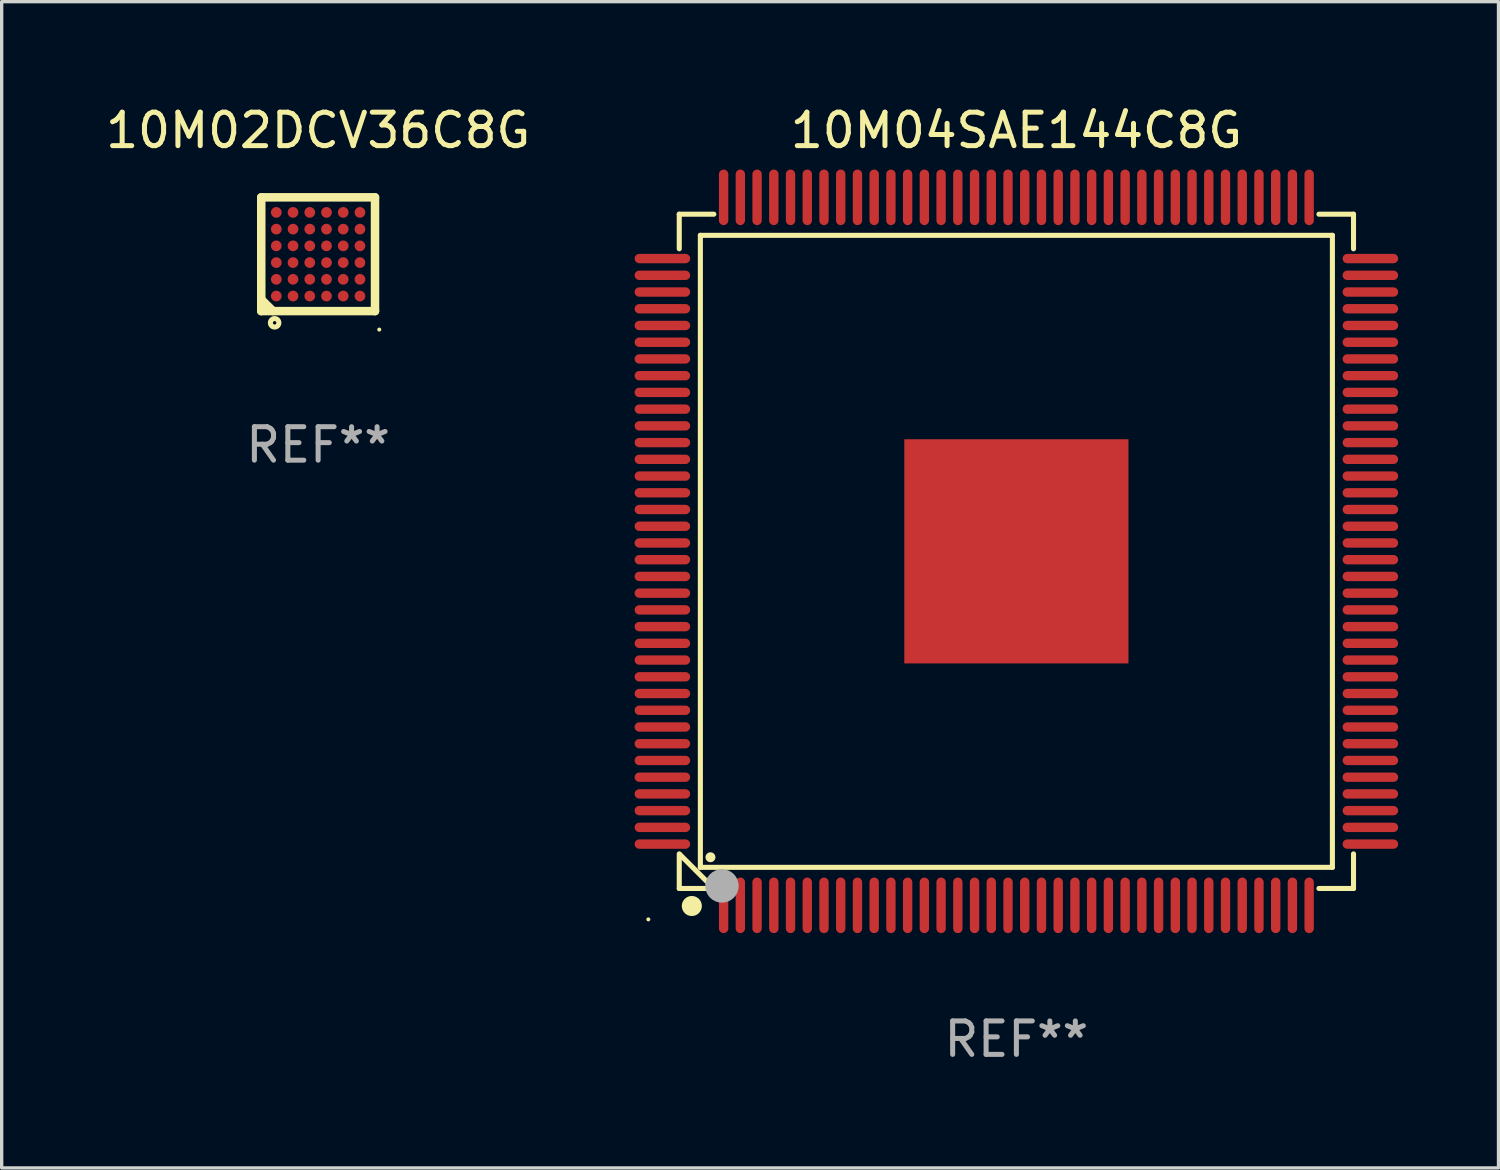
<source format=kicad_pcb>
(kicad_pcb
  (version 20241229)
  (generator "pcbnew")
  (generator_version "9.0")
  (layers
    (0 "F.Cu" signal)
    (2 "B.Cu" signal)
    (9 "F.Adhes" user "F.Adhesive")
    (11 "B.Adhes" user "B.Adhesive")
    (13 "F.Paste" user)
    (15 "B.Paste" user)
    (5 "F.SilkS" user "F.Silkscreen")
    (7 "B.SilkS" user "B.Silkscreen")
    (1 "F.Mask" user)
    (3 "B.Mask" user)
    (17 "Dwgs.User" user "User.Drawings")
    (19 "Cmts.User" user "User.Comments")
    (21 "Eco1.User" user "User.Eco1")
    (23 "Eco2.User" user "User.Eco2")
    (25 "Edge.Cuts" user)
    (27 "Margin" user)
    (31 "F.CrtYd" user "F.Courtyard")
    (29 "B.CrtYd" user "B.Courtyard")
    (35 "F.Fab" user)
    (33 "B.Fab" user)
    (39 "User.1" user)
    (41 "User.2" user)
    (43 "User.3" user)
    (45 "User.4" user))
  (footprint "10M04SAE144C8G"
    (layer "F.Cu")
    (at 27.327 13.428)
    (property "Reference" "10M04SAE144C8G" (at 0 -12.58 0) (layer "F.SilkS") (effects (font (size 1 1) (thickness 0.15))))
    (attr through_hole)
    (fp_line (start -10.076 -10.076) (end -10.076 -9.042) (stroke (width 0.152) (type solid)) (layer "F.SilkS"))
    (fp_line (start -10.076 10.076) (end -10.076 9.042) (stroke (width 0.152) (type solid)) (layer "F.SilkS"))
    (fp_line (start -10.049 9.069) (end -9.07 10.049) (stroke (width 0.152) (type solid)) (layer "F.SilkS"))
    (fp_line (start -9.445 -9.445) (end 9.445 -9.445) (stroke (width 0.152) (type solid)) (layer "F.SilkS"))
    (fp_line (start -9.445 9.445) (end -9.445 -9.445) (stroke (width 0.152) (type solid)) (layer "F.SilkS"))
    (fp_line (start -9.042 -10.076) (end -10.076 -10.076) (stroke (width 0.152) (type solid)) (layer "F.SilkS"))
    (fp_line (start -9.042 10.076) (end -10.076 10.076) (stroke (width 0.152) (type solid)) (layer "F.SilkS"))
    (fp_line (start 9.042 -10.076) (end 10.076 -10.076) (stroke (width 0.152) (type solid)) (layer "F.SilkS"))
    (fp_line (start 9.042 10.076) (end 10.076 10.076) (stroke (width 0.152) (type solid)) (layer "F.SilkS"))
    (fp_line (start 9.445 -9.445) (end 9.445 9.445) (stroke (width 0.152) (type solid)) (layer "F.SilkS"))
    (fp_line (start 9.445 9.445) (end -9.445 9.445) (stroke (width 0.152) (type solid)) (layer "F.SilkS"))
    (fp_line (start 10.076 -10.076) (end 10.076 -9.042) (stroke (width 0.152) (type solid)) (layer "F.SilkS"))
    (fp_line (start 10.076 10.076) (end 10.076 9.042) (stroke (width 0.152) (type solid)) (layer "F.SilkS"))
    (fp_circle (center -11 11) (end -10.97 11) (stroke (width 0.06) (type solid)) (fill no) (layer "F.SilkS"))
    (fp_circle (center -9.7 10.6) (end -9.55 10.6) (stroke (width 0.3) (type solid)) (fill no) (layer "F.SilkS"))
    (fp_circle (center -9.143 9.143) (end -9.068 9.143) (stroke (width 0.15) (type solid)) (fill no) (layer "F.SilkS"))
    (fp_circle (center -8.8 10) (end -8.55 10) (stroke (width 0.5) (type solid)) (fill no) (layer "F.Fab"))
    (fp_text user "REF**" (at 0 14.58 0) (layer "F.Fab") (effects (font (size 1 1) (thickness 0.15))))
    (pad "1" smd oval (at -8.75 10.58 90) (size 1.66 0.28) (layers "F.Cu" "F.Mask" "F.Paste"))
    (pad "2" smd oval (at -8.25 10.58 90) (size 1.66 0.28) (layers "F.Cu" "F.Mask" "F.Paste"))
    (pad "3" smd oval (at -7.75 10.58 90) (size 1.66 0.28) (layers "F.Cu" "F.Mask" "F.Paste"))
    (pad "4" smd oval (at -7.25 10.58 90) (size 1.66 0.28) (layers "F.Cu" "F.Mask" "F.Paste"))
    (pad "5" smd oval (at -6.75 10.58 90) (size 1.66 0.28) (layers "F.Cu" "F.Mask" "F.Paste"))
    (pad "6" smd oval (at -6.25 10.58 90) (size 1.66 0.28) (layers "F.Cu" "F.Mask" "F.Paste"))
    (pad "7" smd oval (at -5.75 10.58 90) (size 1.66 0.28) (layers "F.Cu" "F.Mask" "F.Paste"))
    (pad "8" smd oval (at -5.25 10.58 90) (size 1.66 0.28) (layers "F.Cu" "F.Mask" "F.Paste"))
    (pad "9" smd oval (at -4.75 10.58 90) (size 1.66 0.28) (layers "F.Cu" "F.Mask" "F.Paste"))
    (pad "10" smd oval (at -4.25 10.58 90) (size 1.66 0.28) (layers "F.Cu" "F.Mask" "F.Paste"))
    (pad "11" smd oval (at -3.75 10.58 90) (size 1.66 0.28) (layers "F.Cu" "F.Mask" "F.Paste"))
    (pad "12" smd oval (at -3.25 10.58 90) (size 1.66 0.28) (layers "F.Cu" "F.Mask" "F.Paste"))
    (pad "13" smd oval (at -2.75 10.58 90) (size 1.66 0.28) (layers "F.Cu" "F.Mask" "F.Paste"))
    (pad "14" smd oval (at -2.25 10.58 90) (size 1.66 0.28) (layers "F.Cu" "F.Mask" "F.Paste"))
    (pad "15" smd oval (at -1.75 10.58 90) (size 1.66 0.28) (layers "F.Cu" "F.Mask" "F.Paste"))
    (pad "16" smd oval (at -1.25 10.58 90) (size 1.66 0.28) (layers "F.Cu" "F.Mask" "F.Paste"))
    (pad "17" smd oval (at -0.75 10.58 90) (size 1.66 0.28) (layers "F.Cu" "F.Mask" "F.Paste"))
    (pad "18" smd oval (at -0.25 10.58 90) (size 1.66 0.28) (layers "F.Cu" "F.Mask" "F.Paste"))
    (pad "19" smd oval (at 0.25 10.58 90) (size 1.66 0.28) (layers "F.Cu" "F.Mask" "F.Paste"))
    (pad "20" smd oval (at 0.75 10.58 90) (size 1.66 0.28) (layers "F.Cu" "F.Mask" "F.Paste"))
    (pad "21" smd oval (at 1.25 10.58 90) (size 1.66 0.28) (layers "F.Cu" "F.Mask" "F.Paste"))
    (pad "22" smd oval (at 1.75 10.58 90) (size 1.66 0.28) (layers "F.Cu" "F.Mask" "F.Paste"))
    (pad "23" smd oval (at 2.25 10.58 90) (size 1.66 0.28) (layers "F.Cu" "F.Mask" "F.Paste"))
    (pad "24" smd oval (at 2.75 10.58 90) (size 1.66 0.28) (layers "F.Cu" "F.Mask" "F.Paste"))
    (pad "25" smd oval (at 3.25 10.58 90) (size 1.66 0.28) (layers "F.Cu" "F.Mask" "F.Paste"))
    (pad "26" smd oval (at 3.75 10.58 90) (size 1.66 0.28) (layers "F.Cu" "F.Mask" "F.Paste"))
    (pad "27" smd oval (at 4.25 10.58 90) (size 1.66 0.28) (layers "F.Cu" "F.Mask" "F.Paste"))
    (pad "28" smd oval (at 4.75 10.58 90) (size 1.66 0.28) (layers "F.Cu" "F.Mask" "F.Paste"))
    (pad "29" smd oval (at 5.25 10.58 90) (size 1.66 0.28) (layers "F.Cu" "F.Mask" "F.Paste"))
    (pad "30" smd oval (at 5.75 10.58 90) (size 1.66 0.28) (layers "F.Cu" "F.Mask" "F.Paste"))
    (pad "31" smd oval (at 6.25 10.58 90) (size 1.66 0.28) (layers "F.Cu" "F.Mask" "F.Paste"))
    (pad "32" smd oval (at 6.75 10.58 90) (size 1.66 0.28) (layers "F.Cu" "F.Mask" "F.Paste"))
    (pad "33" smd oval (at 7.25 10.58 90) (size 1.66 0.28) (layers "F.Cu" "F.Mask" "F.Paste"))
    (pad "34" smd oval (at 7.75 10.58 90) (size 1.66 0.28) (layers "F.Cu" "F.Mask" "F.Paste"))
    (pad "35" smd oval (at 8.25 10.58 90) (size 1.66 0.28) (layers "F.Cu" "F.Mask" "F.Paste"))
    (pad "36" smd oval (at 8.75 10.58 90) (size 1.66 0.28) (layers "F.Cu" "F.Mask" "F.Paste"))
    (pad "37" smd oval (at 10.58 8.75 90) (size 0.28 1.66) (layers "F.Cu" "F.Mask" "F.Paste"))
    (pad "38" smd oval (at 10.58 8.25 90) (size 0.28 1.66) (layers "F.Cu" "F.Mask" "F.Paste"))
    (pad "39" smd oval (at 10.58 7.75 90) (size 0.28 1.66) (layers "F.Cu" "F.Mask" "F.Paste"))
    (pad "40" smd oval (at 10.58 7.25 90) (size 0.28 1.66) (layers "F.Cu" "F.Mask" "F.Paste"))
    (pad "41" smd oval (at 10.58 6.75 90) (size 0.28 1.66) (layers "F.Cu" "F.Mask" "F.Paste"))
    (pad "42" smd oval (at 10.58 6.25 90) (size 0.28 1.66) (layers "F.Cu" "F.Mask" "F.Paste"))
    (pad "43" smd oval (at 10.58 5.75 90) (size 0.28 1.66) (layers "F.Cu" "F.Mask" "F.Paste"))
    (pad "44" smd oval (at 10.58 5.25 90) (size 0.28 1.66) (layers "F.Cu" "F.Mask" "F.Paste"))
    (pad "45" smd oval (at 10.58 4.75 90) (size 0.28 1.66) (layers "F.Cu" "F.Mask" "F.Paste"))
    (pad "46" smd oval (at 10.58 4.25 90) (size 0.28 1.66) (layers "F.Cu" "F.Mask" "F.Paste"))
    (pad "47" smd oval (at 10.58 3.75 90) (size 0.28 1.66) (layers "F.Cu" "F.Mask" "F.Paste"))
    (pad "48" smd oval (at 10.58 3.25 90) (size 0.28 1.66) (layers "F.Cu" "F.Mask" "F.Paste"))
    (pad "49" smd oval (at 10.58 2.75 90) (size 0.28 1.66) (layers "F.Cu" "F.Mask" "F.Paste"))
    (pad "50" smd oval (at 10.58 2.25 90) (size 0.28 1.66) (layers "F.Cu" "F.Mask" "F.Paste"))
    (pad "51" smd oval (at 10.58 1.75 90) (size 0.28 1.66) (layers "F.Cu" "F.Mask" "F.Paste"))
    (pad "52" smd oval (at 10.58 1.25 90) (size 0.28 1.66) (layers "F.Cu" "F.Mask" "F.Paste"))
    (pad "53" smd oval (at 10.58 0.75 90) (size 0.28 1.66) (layers "F.Cu" "F.Mask" "F.Paste"))
    (pad "54" smd oval (at 10.58 0.25 90) (size 0.28 1.66) (layers "F.Cu" "F.Mask" "F.Paste"))
    (pad "55" smd oval (at 10.58 -0.25 90) (size 0.28 1.66) (layers "F.Cu" "F.Mask" "F.Paste"))
    (pad "56" smd oval (at 10.58 -0.75 90) (size 0.28 1.66) (layers "F.Cu" "F.Mask" "F.Paste"))
    (pad "57" smd oval (at 10.58 -1.25 90) (size 0.28 1.66) (layers "F.Cu" "F.Mask" "F.Paste"))
    (pad "58" smd oval (at 10.58 -1.75 90) (size 0.28 1.66) (layers "F.Cu" "F.Mask" "F.Paste"))
    (pad "59" smd oval (at 10.58 -2.25 90) (size 0.28 1.66) (layers "F.Cu" "F.Mask" "F.Paste"))
    (pad "60" smd oval (at 10.58 -2.75 90) (size 0.28 1.66) (layers "F.Cu" "F.Mask" "F.Paste"))
    (pad "61" smd oval (at 10.58 -3.25 90) (size 0.28 1.66) (layers "F.Cu" "F.Mask" "F.Paste"))
    (pad "62" smd oval (at 10.58 -3.75 90) (size 0.28 1.66) (layers "F.Cu" "F.Mask" "F.Paste"))
    (pad "63" smd oval (at 10.58 -4.25 90) (size 0.28 1.66) (layers "F.Cu" "F.Mask" "F.Paste"))
    (pad "64" smd oval (at 10.58 -4.75 90) (size 0.28 1.66) (layers "F.Cu" "F.Mask" "F.Paste"))
    (pad "65" smd oval (at 10.58 -5.25 90) (size 0.28 1.66) (layers "F.Cu" "F.Mask" "F.Paste"))
    (pad "66" smd oval (at 10.58 -5.75 90) (size 0.28 1.66) (layers "F.Cu" "F.Mask" "F.Paste"))
    (pad "67" smd oval (at 10.58 -6.25 90) (size 0.28 1.66) (layers "F.Cu" "F.Mask" "F.Paste"))
    (pad "68" smd oval (at 10.58 -6.75 90) (size 0.28 1.66) (layers "F.Cu" "F.Mask" "F.Paste"))
    (pad "69" smd oval (at 10.58 -7.25 90) (size 0.28 1.66) (layers "F.Cu" "F.Mask" "F.Paste"))
    (pad "70" smd oval (at 10.58 -7.75 90) (size 0.28 1.66) (layers "F.Cu" "F.Mask" "F.Paste"))
    (pad "71" smd oval (at 10.58 -8.25 90) (size 0.28 1.66) (layers "F.Cu" "F.Mask" "F.Paste"))
    (pad "72" smd oval (at 10.58 -8.75 90) (size 0.28 1.66) (layers "F.Cu" "F.Mask" "F.Paste"))
    (pad "73" smd oval (at 8.75 -10.58 90) (size 1.66 0.28) (layers "F.Cu" "F.Mask" "F.Paste"))
    (pad "74" smd oval (at 8.25 -10.58 90) (size 1.66 0.28) (layers "F.Cu" "F.Mask" "F.Paste"))
    (pad "75" smd oval (at 7.75 -10.58 90) (size 1.66 0.28) (layers "F.Cu" "F.Mask" "F.Paste"))
    (pad "76" smd oval (at 7.25 -10.58 90) (size 1.66 0.28) (layers "F.Cu" "F.Mask" "F.Paste"))
    (pad "77" smd oval (at 6.75 -10.58 90) (size 1.66 0.28) (layers "F.Cu" "F.Mask" "F.Paste"))
    (pad "78" smd oval (at 6.25 -10.58 90) (size 1.66 0.28) (layers "F.Cu" "F.Mask" "F.Paste"))
    (pad "79" smd oval (at 5.75 -10.58 90) (size 1.66 0.28) (layers "F.Cu" "F.Mask" "F.Paste"))
    (pad "80" smd oval (at 5.25 -10.58 90) (size 1.66 0.28) (layers "F.Cu" "F.Mask" "F.Paste"))
    (pad "81" smd oval (at 4.75 -10.58 90) (size 1.66 0.28) (layers "F.Cu" "F.Mask" "F.Paste"))
    (pad "82" smd oval (at 4.25 -10.58 90) (size 1.66 0.28) (layers "F.Cu" "F.Mask" "F.Paste"))
    (pad "83" smd oval (at 3.75 -10.58 90) (size 1.66 0.28) (layers "F.Cu" "F.Mask" "F.Paste"))
    (pad "84" smd oval (at 3.25 -10.58 90) (size 1.66 0.28) (layers "F.Cu" "F.Mask" "F.Paste"))
    (pad "85" smd oval (at 2.75 -10.58 90) (size 1.66 0.28) (layers "F.Cu" "F.Mask" "F.Paste"))
    (pad "86" smd oval (at 2.25 -10.58 90) (size 1.66 0.28) (layers "F.Cu" "F.Mask" "F.Paste"))
    (pad "87" smd oval (at 1.75 -10.58 90) (size 1.66 0.28) (layers "F.Cu" "F.Mask" "F.Paste"))
    (pad "88" smd oval (at 1.25 -10.58 90) (size 1.66 0.28) (layers "F.Cu" "F.Mask" "F.Paste"))
    (pad "89" smd oval (at 0.75 -10.58 90) (size 1.66 0.28) (layers "F.Cu" "F.Mask" "F.Paste"))
    (pad "90" smd oval (at 0.25 -10.58 90) (size 1.66 0.28) (layers "F.Cu" "F.Mask" "F.Paste"))
    (pad "91" smd oval (at -0.25 -10.58 90) (size 1.66 0.28) (layers "F.Cu" "F.Mask" "F.Paste"))
    (pad "92" smd oval (at -0.75 -10.58 90) (size 1.66 0.28) (layers "F.Cu" "F.Mask" "F.Paste"))
    (pad "93" smd oval (at -1.25 -10.58 90) (size 1.66 0.28) (layers "F.Cu" "F.Mask" "F.Paste"))
    (pad "94" smd oval (at -1.75 -10.58 90) (size 1.66 0.28) (layers "F.Cu" "F.Mask" "F.Paste"))
    (pad "95" smd oval (at -2.25 -10.58 90) (size 1.66 0.28) (layers "F.Cu" "F.Mask" "F.Paste"))
    (pad "96" smd oval (at -2.75 -10.58 90) (size 1.66 0.28) (layers "F.Cu" "F.Mask" "F.Paste"))
    (pad "97" smd oval (at -3.25 -10.58 90) (size 1.66 0.28) (layers "F.Cu" "F.Mask" "F.Paste"))
    (pad "98" smd oval (at -3.75 -10.58 90) (size 1.66 0.28) (layers "F.Cu" "F.Mask" "F.Paste"))
    (pad "99" smd oval (at -4.25 -10.58 90) (size 1.66 0.28) (layers "F.Cu" "F.Mask" "F.Paste"))
    (pad "100" smd oval (at -4.75 -10.58 90) (size 1.66 0.28) (layers "F.Cu" "F.Mask" "F.Paste"))
    (pad "101" smd oval (at -5.25 -10.58 90) (size 1.66 0.28) (layers "F.Cu" "F.Mask" "F.Paste"))
    (pad "102" smd oval (at -5.75 -10.58 90) (size 1.66 0.28) (layers "F.Cu" "F.Mask" "F.Paste"))
    (pad "103" smd oval (at -6.25 -10.58 90) (size 1.66 0.28) (layers "F.Cu" "F.Mask" "F.Paste"))
    (pad "104" smd oval (at -6.75 -10.58 90) (size 1.66 0.28) (layers "F.Cu" "F.Mask" "F.Paste"))
    (pad "105" smd oval (at -7.25 -10.58 90) (size 1.66 0.28) (layers "F.Cu" "F.Mask" "F.Paste"))
    (pad "106" smd oval (at -7.75 -10.58 90) (size 1.66 0.28) (layers "F.Cu" "F.Mask" "F.Paste"))
    (pad "107" smd oval (at -8.25 -10.58 90) (size 1.66 0.28) (layers "F.Cu" "F.Mask" "F.Paste"))
    (pad "108" smd oval (at -8.75 -10.58 90) (size 1.66 0.28) (layers "F.Cu" "F.Mask" "F.Paste"))
    (pad "109" smd oval (at -10.58 -8.75 90) (size 0.28 1.66) (layers "F.Cu" "F.Mask" "F.Paste"))
    (pad "110" smd oval (at -10.58 -8.25 90) (size 0.28 1.66) (layers "F.Cu" "F.Mask" "F.Paste"))
    (pad "111" smd oval (at -10.58 -7.75 90) (size 0.28 1.66) (layers "F.Cu" "F.Mask" "F.Paste"))
    (pad "112" smd oval (at -10.58 -7.25 90) (size 0.28 1.66) (layers "F.Cu" "F.Mask" "F.Paste"))
    (pad "113" smd oval (at -10.58 -6.75 90) (size 0.28 1.66) (layers "F.Cu" "F.Mask" "F.Paste"))
    (pad "114" smd oval (at -10.58 -6.25 90) (size 0.28 1.66) (layers "F.Cu" "F.Mask" "F.Paste"))
    (pad "115" smd oval (at -10.58 -5.75 90) (size 0.28 1.66) (layers "F.Cu" "F.Mask" "F.Paste"))
    (pad "116" smd oval (at -10.58 -5.25 90) (size 0.28 1.66) (layers "F.Cu" "F.Mask" "F.Paste"))
    (pad "117" smd oval (at -10.58 -4.75 90) (size 0.28 1.66) (layers "F.Cu" "F.Mask" "F.Paste"))
    (pad "118" smd oval (at -10.58 -4.25 90) (size 0.28 1.66) (layers "F.Cu" "F.Mask" "F.Paste"))
    (pad "119" smd oval (at -10.58 -3.75 90) (size 0.28 1.66) (layers "F.Cu" "F.Mask" "F.Paste"))
    (pad "120" smd oval (at -10.58 -3.25 90) (size 0.28 1.66) (layers "F.Cu" "F.Mask" "F.Paste"))
    (pad "121" smd oval (at -10.58 -2.75 90) (size 0.28 1.66) (layers "F.Cu" "F.Mask" "F.Paste"))
    (pad "122" smd oval (at -10.58 -2.25 90) (size 0.28 1.66) (layers "F.Cu" "F.Mask" "F.Paste"))
    (pad "123" smd oval (at -10.58 -1.75 90) (size 0.28 1.66) (layers "F.Cu" "F.Mask" "F.Paste"))
    (pad "124" smd oval (at -10.58 -1.25 90) (size 0.28 1.66) (layers "F.Cu" "F.Mask" "F.Paste"))
    (pad "125" smd oval (at -10.58 -0.75 90) (size 0.28 1.66) (layers "F.Cu" "F.Mask" "F.Paste"))
    (pad "126" smd oval (at -10.58 -0.25 90) (size 0.28 1.66) (layers "F.Cu" "F.Mask" "F.Paste"))
    (pad "127" smd oval (at -10.58 0.25 90) (size 0.28 1.66) (layers "F.Cu" "F.Mask" "F.Paste"))
    (pad "128" smd oval (at -10.58 0.75 90) (size 0.28 1.66) (layers "F.Cu" "F.Mask" "F.Paste"))
    (pad "129" smd oval (at -10.58 1.25 90) (size 0.28 1.66) (layers "F.Cu" "F.Mask" "F.Paste"))
    (pad "130" smd oval (at -10.58 1.75 90) (size 0.28 1.66) (layers "F.Cu" "F.Mask" "F.Paste"))
    (pad "131" smd oval (at -10.58 2.25 90) (size 0.28 1.66) (layers "F.Cu" "F.Mask" "F.Paste"))
    (pad "132" smd oval (at -10.58 2.75 90) (size 0.28 1.66) (layers "F.Cu" "F.Mask" "F.Paste"))
    (pad "133" smd oval (at -10.58 3.25 90) (size 0.28 1.66) (layers "F.Cu" "F.Mask" "F.Paste"))
    (pad "134" smd oval (at -10.58 3.75 90) (size 0.28 1.66) (layers "F.Cu" "F.Mask" "F.Paste"))
    (pad "135" smd oval (at -10.58 4.25 90) (size 0.28 1.66) (layers "F.Cu" "F.Mask" "F.Paste"))
    (pad "136" smd oval (at -10.58 4.75 90) (size 0.28 1.66) (layers "F.Cu" "F.Mask" "F.Paste"))
    (pad "137" smd oval (at -10.58 5.25 90) (size 0.28 1.66) (layers "F.Cu" "F.Mask" "F.Paste"))
    (pad "138" smd oval (at -10.58 5.75 90) (size 0.28 1.66) (layers "F.Cu" "F.Mask" "F.Paste"))
    (pad "139" smd oval (at -10.58 6.25 90) (size 0.28 1.66) (layers "F.Cu" "F.Mask" "F.Paste"))
    (pad "140" smd oval (at -10.58 6.75 90) (size 0.28 1.66) (layers "F.Cu" "F.Mask" "F.Paste"))
    (pad "141" smd oval (at -10.58 7.25 90) (size 0.28 1.66) (layers "F.Cu" "F.Mask" "F.Paste"))
    (pad "142" smd oval (at -10.58 7.75 90) (size 0.28 1.66) (layers "F.Cu" "F.Mask" "F.Paste"))
    (pad "143" smd oval (at -10.58 8.25 90) (size 0.28 1.66) (layers "F.Cu" "F.Mask" "F.Paste"))
    (pad "144" smd oval (at -10.58 8.75 90) (size 0.28 1.66) (layers "F.Cu" "F.Mask" "F.Paste"))
    (pad "145" smd rect (at 0 0 90) (size 6.7 6.7) (layers "F.Cu" "F.Mask" "F.Paste")))
  (footprint "10M02DCV36C8G"
    (layer "F.Cu")
    (at 6.458 4.548)
    (property "Reference" "10M02DCV36C8G" (at 0 -3.7 0) (layer "F.SilkS") (effects (font (size 1 1) (thickness 0.15))))
    (attr through_hole)
    (fp_line (start -1.7 1.351) (end -1.35 1.699) (stroke (width 0.254) (type solid)) (layer "F.SilkS"))
    (fp_line (start -1.7 -1.7) (end 1.7 -1.7) (stroke (width 0.254) (type solid)) (layer "F.SilkS"))
    (fp_line (start -1.7 1.7) (end -1.7 -1.7) (stroke (width 0.254) (type solid)) (layer "F.SilkS"))
    (fp_line (start 1.7 -1.7) (end 1.7 1.7) (stroke (width 0.254) (type solid)) (layer "F.SilkS"))
    (fp_line (start 1.7 1.7) (end -1.7 1.7) (stroke (width 0.254) (type solid)) (layer "F.SilkS"))
    (fp_circle (center -1.3 2.05) (end -1.173 2.05) (stroke (width 0.15) (type solid)) (fill no) (layer "F.SilkS"))
    (fp_circle (center 1.827 2.252) (end 1.857 2.252) (stroke (width 0.06) (type solid)) (fill no) (layer "F.SilkS"))
    (fp_text user "REF**" (at 0 5.7 0) (layer "F.Fab") (effects (font (size 1 1) (thickness 0.15))))
    (pad "A1" smd circle (at -1.25 1.25) (size 0.32 0.32) (layers "F.Cu" "F.Mask" "F.Paste"))
    (pad "A2" smd circle (at -1.25 0.75) (size 0.32 0.32) (layers "F.Cu" "F.Mask" "F.Paste"))
    (pad "A3" smd circle (at -1.25 0.25) (size 0.32 0.32) (layers "F.Cu" "F.Mask" "F.Paste"))
    (pad "A4" smd circle (at -1.25 -0.25) (size 0.32 0.32) (layers "F.Cu" "F.Mask" "F.Paste"))
    (pad "A5" smd circle (at -1.25 -0.75) (size 0.32 0.32) (layers "F.Cu" "F.Mask" "F.Paste"))
    (pad "A6" smd circle (at -1.25 -1.25) (size 0.32 0.32) (layers "F.Cu" "F.Mask" "F.Paste"))
    (pad "B1" smd circle (at -0.75 1.25) (size 0.32 0.32) (layers "F.Cu" "F.Mask" "F.Paste"))
    (pad "B2" smd circle (at -0.75 0.75) (size 0.32 0.32) (layers "F.Cu" "F.Mask" "F.Paste"))
    (pad "B3" smd circle (at -0.75 0.25) (size 0.32 0.32) (layers "F.Cu" "F.Mask" "F.Paste"))
    (pad "B4" smd circle (at -0.75 -0.25) (size 0.32 0.32) (layers "F.Cu" "F.Mask" "F.Paste"))
    (pad "B5" smd circle (at -0.75 -0.75) (size 0.32 0.32) (layers "F.Cu" "F.Mask" "F.Paste"))
    (pad "B6" smd circle (at -0.75 -1.25) (size 0.32 0.32) (layers "F.Cu" "F.Mask" "F.Paste"))
    (pad "C1" smd circle (at -0.25 1.25) (size 0.32 0.32) (layers "F.Cu" "F.Mask" "F.Paste"))
    (pad "C2" smd circle (at -0.25 0.75) (size 0.32 0.32) (layers "F.Cu" "F.Mask" "F.Paste"))
    (pad "C3" smd circle (at -0.25 0.25) (size 0.32 0.32) (layers "F.Cu" "F.Mask" "F.Paste"))
    (pad "C4" smd circle (at -0.25 -0.25) (size 0.32 0.32) (layers "F.Cu" "F.Mask" "F.Paste"))
    (pad "C5" smd circle (at -0.25 -0.75) (size 0.32 0.32) (layers "F.Cu" "F.Mask" "F.Paste"))
    (pad "C6" smd circle (at -0.25 -1.25) (size 0.32 0.32) (layers "F.Cu" "F.Mask" "F.Paste"))
    (pad "D1" smd circle (at 0.25 1.25) (size 0.32 0.32) (layers "F.Cu" "F.Mask" "F.Paste"))
    (pad "D2" smd circle (at 0.25 0.75) (size 0.32 0.32) (layers "F.Cu" "F.Mask" "F.Paste"))
    (pad "D3" smd circle (at 0.25 0.25) (size 0.32 0.32) (layers "F.Cu" "F.Mask" "F.Paste"))
    (pad "D4" smd circle (at 0.25 -0.25) (size 0.32 0.32) (layers "F.Cu" "F.Mask" "F.Paste"))
    (pad "D5" smd circle (at 0.25 -0.75) (size 0.32 0.32) (layers "F.Cu" "F.Mask" "F.Paste"))
    (pad "D6" smd circle (at 0.25 -1.25) (size 0.32 0.32) (layers "F.Cu" "F.Mask" "F.Paste"))
    (pad "E1" smd circle (at 0.75 1.25) (size 0.32 0.32) (layers "F.Cu" "F.Mask" "F.Paste"))
    (pad "E2" smd circle (at 0.75 0.75) (size 0.32 0.32) (layers "F.Cu" "F.Mask" "F.Paste"))
    (pad "E3" smd circle (at 0.75 0.25) (size 0.32 0.32) (layers "F.Cu" "F.Mask" "F.Paste"))
    (pad "E4" smd circle (at 0.75 -0.25) (size 0.32 0.32) (layers "F.Cu" "F.Mask" "F.Paste"))
    (pad "E5" smd circle (at 0.75 -0.75) (size 0.32 0.32) (layers "F.Cu" "F.Mask" "F.Paste"))
    (pad "E6" smd circle (at 0.75 -1.25) (size 0.32 0.32) (layers "F.Cu" "F.Mask" "F.Paste"))
    (pad "F1" smd circle (at 1.25 1.25) (size 0.32 0.32) (layers "F.Cu" "F.Mask" "F.Paste"))
    (pad "F2" smd circle (at 1.25 0.75) (size 0.32 0.32) (layers "F.Cu" "F.Mask" "F.Paste"))
    (pad "F3" smd circle (at 1.25 0.25) (size 0.32 0.32) (layers "F.Cu" "F.Mask" "F.Paste"))
    (pad "F4" smd circle (at 1.25 -0.25) (size 0.32 0.32) (layers "F.Cu" "F.Mask" "F.Paste"))
    (pad "F5" smd circle (at 1.25 -0.75) (size 0.32 0.32) (layers "F.Cu" "F.Mask" "F.Paste"))
    (pad "F6" smd circle (at 1.25 -1.25) (size 0.32 0.32) (layers "F.Cu" "F.Mask" "F.Paste")))
  (gr_rect
    (start -3 -3)
    (end 41.736 31.856)
    (stroke (width 0.1) (type default))
    (fill no)
    (layer "Edge.Cuts")))
</source>
